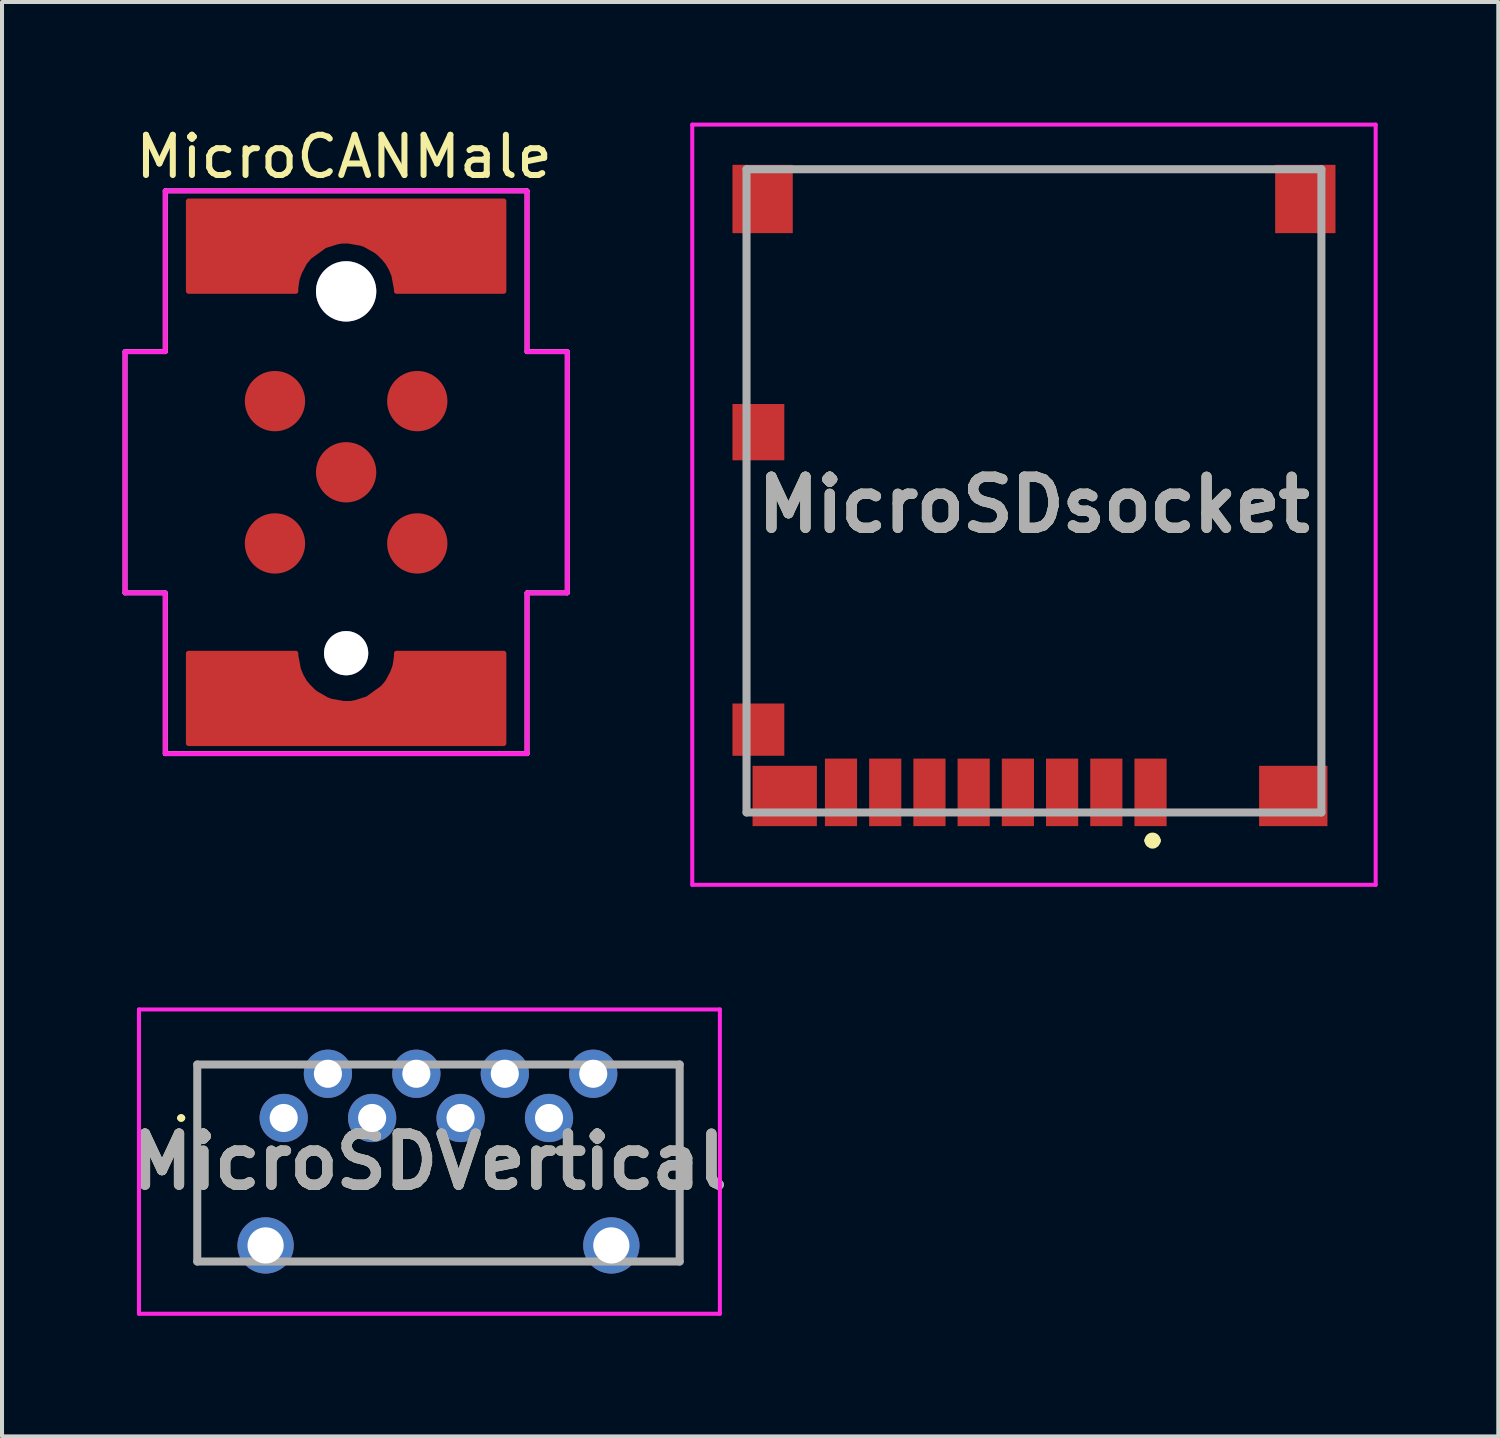
<source format=kicad_pcb>
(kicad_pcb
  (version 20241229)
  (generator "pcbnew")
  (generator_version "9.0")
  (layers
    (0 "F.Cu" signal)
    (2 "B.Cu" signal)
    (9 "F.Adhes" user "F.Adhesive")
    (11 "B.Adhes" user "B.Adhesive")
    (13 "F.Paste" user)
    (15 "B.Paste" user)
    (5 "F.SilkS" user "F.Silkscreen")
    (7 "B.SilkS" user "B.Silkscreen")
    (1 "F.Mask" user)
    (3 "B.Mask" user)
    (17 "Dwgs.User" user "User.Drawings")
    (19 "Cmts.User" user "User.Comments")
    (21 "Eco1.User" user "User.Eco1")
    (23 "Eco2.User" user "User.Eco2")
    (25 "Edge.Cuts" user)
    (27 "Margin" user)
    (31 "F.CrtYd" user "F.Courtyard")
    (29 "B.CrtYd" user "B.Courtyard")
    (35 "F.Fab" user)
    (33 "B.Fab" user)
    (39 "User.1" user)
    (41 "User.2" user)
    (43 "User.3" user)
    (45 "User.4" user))
  (footprint "MicroSDVertical"
    (layer "F.Cu")
    (at 7.632 25.88)
    (property "Reference" "MicroSDVertical" (at 0 -0.035 0) (layer "F.SilkS") (effects (font (size 1.27 1.27) (thickness 0.254))))
    (attr through_hole)
    (fp_line (start -6.225 -1.12) (end -6.225 -1.12) (stroke (width 0.1) (type solid)) (layer "F.SilkS"))
    (fp_line (start -6.125 -1.12) (end -6.125 -1.12) (stroke (width 0.1) (type solid)) (layer "F.SilkS"))
    (fp_line (start -5.775 -2.45) (end -3.775 -2.45) (stroke (width 0.1) (type solid)) (layer "F.SilkS"))
    (fp_line (start -5.775 2.45) (end -5.775 -2.45) (stroke (width 0.1) (type solid)) (layer "F.SilkS"))
    (fp_line (start -2.775 2.45) (end 2.975 2.45) (stroke (width 0.1) (type solid)) (layer "F.SilkS"))
    (fp_line (start 5.225 -2.45) (end 6.225 -2.45) (stroke (width 0.1) (type solid)) (layer "F.SilkS"))
    (fp_line (start 6.225 -2.45) (end 6.225 2.45) (stroke (width 0.1) (type solid)) (layer "F.SilkS"))
    (fp_arc (start -6.225 -1.12) (mid -6.175 -1.17) (end -6.125 -1.12) (stroke (width 0.1) (type solid)) (layer "F.SilkS"))
    (fp_arc (start -6.125 -1.12) (mid -6.175 -1.07) (end -6.225 -1.12) (stroke (width 0.1) (type solid)) (layer "F.SilkS"))
    (fp_line (start -7.225 -3.82) (end 7.225 -3.82) (stroke (width 0.1) (type solid)) (layer "F.CrtYd"))
    (fp_line (start -7.225 3.75) (end -7.225 -3.82) (stroke (width 0.1) (type solid)) (layer "F.CrtYd"))
    (fp_line (start 7.225 -3.82) (end 7.225 3.75) (stroke (width 0.1) (type solid)) (layer "F.CrtYd"))
    (fp_line (start 7.225 3.75) (end -7.225 3.75) (stroke (width 0.1) (type solid)) (layer "F.CrtYd"))
    (fp_line (start -5.775 -2.45) (end 6.225 -2.45) (stroke (width 0.2) (type solid)) (layer "F.Fab"))
    (fp_line (start -5.775 2.45) (end -5.775 -2.45) (stroke (width 0.2) (type solid)) (layer "F.Fab"))
    (fp_line (start 6.225 -2.45) (end 6.225 2.45) (stroke (width 0.2) (type solid)) (layer "F.Fab"))
    (fp_line (start 6.225 2.45) (end -5.775 2.45) (stroke (width 0.2) (type solid)) (layer "F.Fab"))
    (fp_text user "${REFERENCE}" (at 0 -0.035 0) (layer "F.Fab") (effects (font (size 1.27 1.27) (thickness 0.254))))
    (pad "1" thru_hole circle (at -3.625 -1.12) (size 1.2 1.2) (drill 0.7) (layers "*.Cu" "*.Mask"))
    (pad "2" thru_hole circle (at -2.525 -2.22) (size 1.2 1.2) (drill 0.7) (layers "*.Cu" "*.Mask"))
    (pad "3" thru_hole circle (at -1.425 -1.12) (size 1.2 1.2) (drill 0.7) (layers "*.Cu" "*.Mask"))
    (pad "4" thru_hole circle (at -0.325 -2.22) (size 1.2 1.2) (drill 0.7) (layers "*.Cu" "*.Mask"))
    (pad "5" thru_hole circle (at 0.775 -1.12) (size 1.2 1.2) (drill 0.7) (layers "*.Cu" "*.Mask"))
    (pad "6" thru_hole circle (at 1.875 -2.22) (size 1.2 1.2) (drill 0.7) (layers "*.Cu" "*.Mask"))
    (pad "7" thru_hole circle (at 2.975 -1.12) (size 1.2 1.2) (drill 0.7) (layers "*.Cu" "*.Mask"))
    (pad "8" thru_hole circle (at 4.075 -2.22) (size 1.2 1.2) (drill 0.7) (layers "*.Cu" "*.Mask"))
    (pad "MH1" thru_hole circle (at -4.075 2.05) (size 1.4 1.4) (drill 0.9) (layers "*.Cu" "*.Mask"))
    (pad "MH2" thru_hole circle (at 4.525 2.05) (size 1.4 1.4) (drill 0.9) (layers "*.Cu" "*.Mask")))
  (footprint "MicroSDsocket"
    (layer "F.Cu")
    (at 29.82 17.16)
    (property "Reference" "MicroSDsocket" (at -7.15 -7.655 0) (layer "F.SilkS") (effects (font (size 1.27 1.27) (thickness 0.254))))
    (attr smd)
    (fp_line (start -14.3 -14) (end -14.3 -10.5) (stroke (width 0.1) (type solid)) (layer "F.SilkS"))
    (fp_line (start -14.3 -8.5) (end -14.3 -3) (stroke (width 0.1) (type solid)) (layer "F.SilkS"))
    (fp_line (start -14.3 -1) (end -14.3 0) (stroke (width 0.1) (type solid)) (layer "F.SilkS"))
    (fp_line (start -13 -16) (end -1.5 -16) (stroke (width 0.1) (type solid)) (layer "F.SilkS"))
    (fp_line (start -4.3 0.7) (end -4.3 0.7) (stroke (width 0.2) (type solid)) (layer "F.SilkS"))
    (fp_line (start -4.1 0.7) (end -4.1 0.7) (stroke (width 0.2) (type solid)) (layer "F.SilkS"))
    (fp_line (start -3.5 0) (end -2 0) (stroke (width 0.1) (type solid)) (layer "F.SilkS"))
    (fp_line (start 0 -1.5) (end 0 -14) (stroke (width 0.1) (type solid)) (layer "F.SilkS"))
    (fp_arc (start -4.3 0.7) (mid -4.2 0.6) (end -4.1 0.7) (stroke (width 0.2) (type solid)) (layer "F.SilkS"))
    (fp_arc (start -4.1 0.7) (mid -4.2 0.8) (end -4.3 0.7) (stroke (width 0.2) (type solid)) (layer "F.SilkS"))
    (fp_line (start -15.65 -17.11) (end 1.35 -17.11) (stroke (width 0.1) (type solid)) (layer "F.CrtYd"))
    (fp_line (start -15.65 1.8) (end -15.65 -17.11) (stroke (width 0.1) (type solid)) (layer "F.CrtYd"))
    (fp_line (start 1.35 -17.11) (end 1.35 1.8) (stroke (width 0.1) (type solid)) (layer "F.CrtYd"))
    (fp_line (start 1.35 1.8) (end -15.65 1.8) (stroke (width 0.1) (type solid)) (layer "F.CrtYd"))
    (fp_line (start -14.3 -16) (end 0 -16) (stroke (width 0.2) (type solid)) (layer "F.Fab"))
    (fp_line (start -14.3 0) (end -14.3 -16) (stroke (width 0.2) (type solid)) (layer "F.Fab"))
    (fp_line (start 0 -16) (end 0 0) (stroke (width 0.2) (type solid)) (layer "F.Fab"))
    (fp_line (start 0 0) (end -14.3 0) (stroke (width 0.2) (type solid)) (layer "F.Fab"))
    (fp_text user "${REFERENCE}" (at -7.15 -7.655 0) (layer "F.Fab") (effects (font (size 1.27 1.27) (thickness 0.254))))
    (pad "1" smd rect (at -4.25 -0.5) (size 0.8 1.68) (layers "F.Cu" "F.Mask" "F.Paste"))
    (pad "2" smd rect (at -5.35 -0.5) (size 0.8 1.68) (layers "F.Cu" "F.Mask" "F.Paste"))
    (pad "3" smd rect (at -6.45 -0.5) (size 0.8 1.68) (layers "F.Cu" "F.Mask" "F.Paste"))
    (pad "4" smd rect (at -7.55 -0.5) (size 0.8 1.68) (layers "F.Cu" "F.Mask" "F.Paste"))
    (pad "5" smd rect (at -8.65 -0.5) (size 0.8 1.68) (layers "F.Cu" "F.Mask" "F.Paste"))
    (pad "6" smd rect (at -9.75 -0.5) (size 0.8 1.68) (layers "F.Cu" "F.Mask" "F.Paste"))
    (pad "7" smd rect (at -10.85 -0.5) (size 0.8 1.68) (layers "F.Cu" "F.Mask" "F.Paste"))
    (pad "8" smd rect (at -11.95 -0.5) (size 0.8 1.68) (layers "F.Cu" "F.Mask" "F.Paste"))
    (pad "9" smd rect (at -13.35 -0.41 90) (size 1.5 1.6) (layers "F.Cu" "F.Mask" "F.Paste"))
    (pad "10" smd rect (at -14.005 -2.06) (size 1.29 1.3) (layers "F.Cu" "F.Mask" "F.Paste"))
    (pad "11" smd rect (at -14.005 -9.46) (size 1.29 1.4) (layers "F.Cu" "F.Mask" "F.Paste"))
    (pad "12" smd rect (at -13.9 -15.26) (size 1.5 1.7) (layers "F.Cu" "F.Mask" "F.Paste"))
    (pad "13" smd rect (at -0.4 -15.26) (size 1.5 1.7) (layers "F.Cu" "F.Mask" "F.Paste"))
    (pad "14" smd rect (at -0.7 -0.41 90) (size 1.5 1.7) (layers "F.Cu" "F.Mask" "F.Paste")))
  (footprint "MicroCANMale"
    (layer "F.Cu")
    (at 5.56 8.698)
    (property "Reference" "MicroCANMale" (at -0.05 -7.85 0) (layer "F.SilkS") (effects (font (size 1 1) (thickness 0.15))))
    (attr through_hole)
    (fp_line (start -5.5 -3) (end -4.5 -3) (stroke (width 0.12) (type solid)) (layer "F.SilkS"))
    (fp_line (start -5.5 3) (end -5.5 -3) (stroke (width 0.12) (type solid)) (layer "F.SilkS"))
    (fp_line (start -4.5 -7) (end -4.5 -3) (stroke (width 0.12) (type solid)) (layer "F.SilkS"))
    (fp_line (start -4.5 -7) (end 4.5 -7) (stroke (width 0.12) (type solid)) (layer "F.SilkS"))
    (fp_line (start -4.5 3) (end -5.5 3) (stroke (width 0.12) (type solid)) (layer "F.SilkS"))
    (fp_line (start -4.5 3) (end -4.5 7) (stroke (width 0.12) (type solid)) (layer "F.SilkS"))
    (fp_line (start -4.5 7) (end 4.5 7) (stroke (width 0.12) (type solid)) (layer "F.SilkS"))
    (fp_line (start 4.5 -3) (end 4.5 -7) (stroke (width 0.12) (type solid)) (layer "F.SilkS"))
    (fp_line (start 4.5 -3) (end 5.5 -3) (stroke (width 0.12) (type solid)) (layer "F.SilkS"))
    (fp_line (start 4.5 3) (end 4.5 7) (stroke (width 0.12) (type solid)) (layer "F.SilkS"))
    (fp_line (start 5.5 -3) (end 5.5 3) (stroke (width 0.12) (type solid)) (layer "F.SilkS"))
    (fp_line (start 5.5 3) (end 4.5 3) (stroke (width 0.12) (type solid)) (layer "F.SilkS"))
    (fp_line (start -5.5 -3) (end -4.5 -3) (stroke (width 0.12) (type solid)) (layer "F.CrtYd"))
    (fp_line (start -5.5 3) (end -5.5 -3) (stroke (width 0.12) (type solid)) (layer "F.CrtYd"))
    (fp_line (start -4.5 -7) (end -4.5 -3) (stroke (width 0.12) (type solid)) (layer "F.CrtYd"))
    (fp_line (start -4.5 -7) (end 4.5 -7) (stroke (width 0.12) (type solid)) (layer "F.CrtYd"))
    (fp_line (start -4.5 3) (end -5.5 3) (stroke (width 0.12) (type solid)) (layer "F.CrtYd"))
    (fp_line (start -4.5 3) (end -4.5 7) (stroke (width 0.12) (type solid)) (layer "F.CrtYd"))
    (fp_line (start -4.5 7) (end 4.5 7) (stroke (width 0.12) (type solid)) (layer "F.CrtYd"))
    (fp_line (start 4.5 -3) (end 4.5 -7) (stroke (width 0.12) (type solid)) (layer "F.CrtYd"))
    (fp_line (start 4.5 -3) (end 5.5 -3) (stroke (width 0.12) (type solid)) (layer "F.CrtYd"))
    (fp_line (start 4.5 3) (end 4.5 7) (stroke (width 0.12) (type solid)) (layer "F.CrtYd"))
    (fp_line (start 5.5 -3) (end 5.5 3) (stroke (width 0.12) (type solid)) (layer "F.CrtYd"))
    (fp_line (start 5.5 3) (end 4.5 3) (stroke (width 0.12) (type solid)) (layer "F.CrtYd"))
    (pad "1" smd circle (at -1.77 1.77) (size 1.5 1.5) (layers "F.Cu" "F.Mask" "F.Paste"))
    (pad "2" smd circle (at 1.77 1.77) (size 1.5 1.5) (layers "F.Cu" "F.Mask" "F.Paste"))
    (pad "3" smd circle (at 1.77 -1.77) (size 1.5 1.5) (layers "F.Cu" "F.Mask" "F.Paste"))
    (pad "4" smd circle (at -1.77 -1.77) (size 1.5 1.5) (layers "F.Cu" "F.Mask" "F.Paste"))
    (pad "5" smd circle (at 0 0) (size 1.5 1.5) (layers "F.Cu" "F.Mask" "F.Paste"))
    (pad "6" smd custom (at 0 -6.25) (size 1.1 1.1) (layers "F.Cu" "F.Mask" "F.Paste") (options (anchor rect)) (primitives (gr_poly (pts (xy 3.925 1.75) (xy 1.25 1.75) (xy 1.175 1.35) (xy 1.05 1.05) (xy 0.775 0.775) (xy 0.425 0.575) (xy 0 0.5) (xy -0.125 0.5) (xy -0.525 0.625) (xy -0.975 0.95) (xy -1.2 1.375) (xy -1.25 1.75) (xy -3.925 1.725) (xy -3.925 -0.5) (xy 3.925 -0.5)) (width 0.1) (fill yes)) (gr_arc (start -1.25 1.75) (mid 0 0.5) (end 1.25 1.75) (width 0.12)) (gr_line (start -3.925 1.75) (end -1.25 1.75) (width 0.12)) (gr_line (start 3.925 1.75) (end 1.25 1.75) (width 0.12)) (gr_line (start -3.925 -0.5) (end -3.925 1.75) (width 0.12)) (gr_line (start 3.925 -0.5) (end -3.925 -0.5) (width 0.12)) (gr_line (start 3.925 1.75) (end 3.925 -0.5) (width 0.12))))
    (pad "6" smd custom (at 0 6.25 180) (size 1.1 1.1) (layers "F.Cu" "F.Mask" "F.Paste") (options (anchor rect)) (primitives (gr_poly (pts (xy 3.925 1.75) (xy 1.25 1.75) (xy 1.175 1.35) (xy 1.05 1.05) (xy 0.775 0.775) (xy 0.425 0.575) (xy 0 0.5) (xy -0.125 0.5) (xy -0.525 0.625) (xy -0.975 0.95) (xy -1.2 1.375) (xy -1.25 1.75) (xy -3.925 1.725) (xy -3.925 -0.5) (xy 3.925 -0.5)) (width 0.1) (fill yes)) (gr_arc (start -1.25 1.75) (mid 0 0.5) (end 1.25 1.75) (width 0.12)) (gr_line (start -3.925 1.75) (end -1.25 1.75) (width 0.12)) (gr_line (start 3.925 1.75) (end 1.25 1.75) (width 0.12)) (gr_line (start -3.925 -0.5) (end -3.925 1.75) (width 0.12)) (gr_line (start 3.925 -0.5) (end -3.925 -0.5) (width 0.12)) (gr_line (start 3.925 1.75) (end 3.925 -0.5) (width 0.12))))
    (pad "7" thru_hole circle (at 0 -4.5) (size 1.5 1.5) (drill 1.5) (layers "*.Cu" "*.Mask"))
    (pad "7" thru_hole circle (at 0 4.5) (size 1.1 1.1) (drill 1.1) (layers "*.Cu" "*.Mask")))
  (gr_rect
    (start -3 -3)
    (end 34.22 32.68)
    (stroke (width 0.1) (type default))
    (fill no)
    (layer "Edge.Cuts")))
</source>
